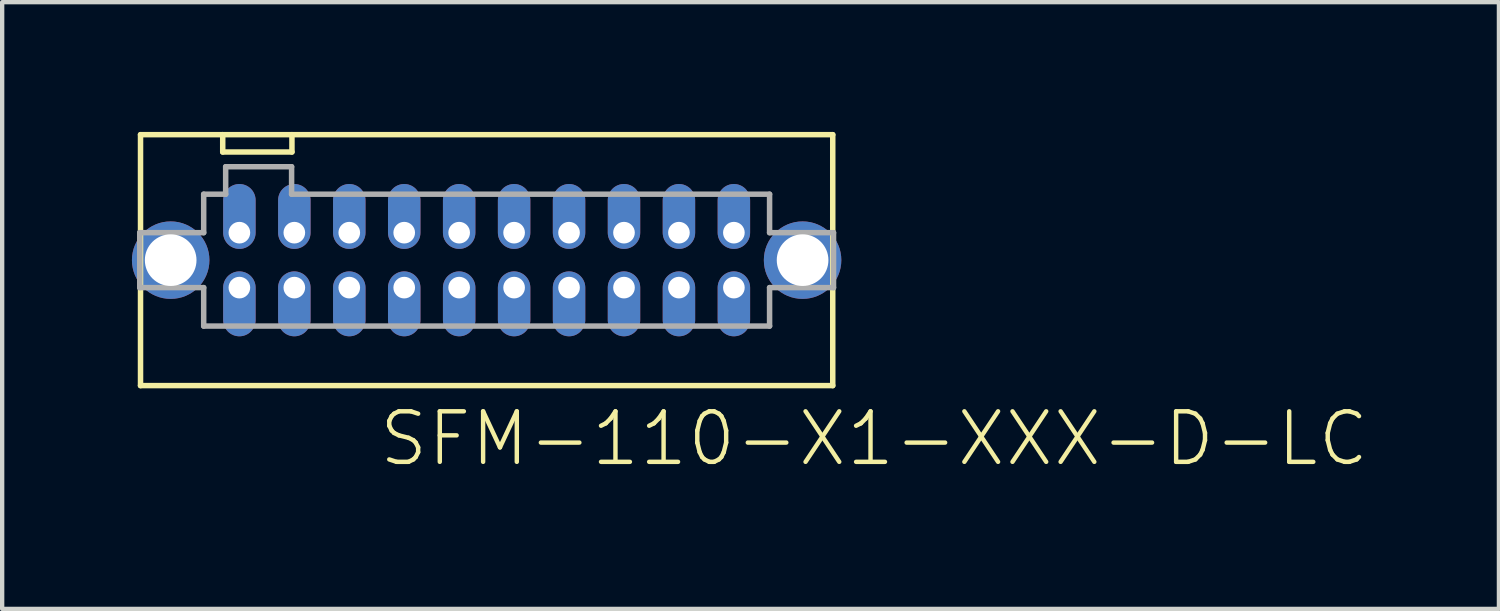
<source format=kicad_pcb>
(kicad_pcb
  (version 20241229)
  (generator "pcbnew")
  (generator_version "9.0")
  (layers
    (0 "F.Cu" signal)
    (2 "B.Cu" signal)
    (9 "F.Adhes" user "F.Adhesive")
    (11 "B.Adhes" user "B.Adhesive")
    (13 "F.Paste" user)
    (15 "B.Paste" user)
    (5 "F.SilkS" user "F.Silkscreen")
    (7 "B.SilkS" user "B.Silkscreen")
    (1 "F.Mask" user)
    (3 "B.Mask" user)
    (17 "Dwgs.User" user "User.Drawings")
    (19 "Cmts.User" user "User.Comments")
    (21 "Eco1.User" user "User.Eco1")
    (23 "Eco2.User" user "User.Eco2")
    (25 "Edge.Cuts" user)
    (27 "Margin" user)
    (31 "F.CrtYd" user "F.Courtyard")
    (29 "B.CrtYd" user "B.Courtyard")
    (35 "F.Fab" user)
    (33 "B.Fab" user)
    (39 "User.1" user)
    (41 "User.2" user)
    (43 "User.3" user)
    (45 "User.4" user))
  (footprint "SFM-110-X1-XXX-D-LC"
    (layer "F.Cu")
    (at 8.198 2.963)
    (property "Reference" "SFM-110-X1-XXX-D-LC" (at -2.54 4.81 0) (layer "F.SilkS") (effects (font (size 1.168 1.168) (thickness 0.102)) (justify left bottom)))
    (fp_line (start -8 -2.9) (end -8 2.9) (stroke (width 0.127) (type solid)) (layer "F.SilkS"))
    (fp_line (start -6.1 -2.9) (end -8 -2.9) (stroke (width 0.127) (type solid)) (layer "F.SilkS"))
    (fp_line (start -6.1 -2.9) (end -6.1 -2.5) (stroke (width 0.127) (type solid)) (layer "F.SilkS"))
    (fp_line (start -6.1 -2.5) (end -4.5 -2.5) (stroke (width 0.127) (type solid)) (layer "F.SilkS"))
    (fp_line (start -4.5 -2.9) (end -6.1 -2.9) (stroke (width 0.127) (type solid)) (layer "F.SilkS"))
    (fp_line (start -4.5 -2.5) (end -4.5 -2.9) (stroke (width 0.127) (type solid)) (layer "F.SilkS"))
    (fp_line (start 8 -2.9) (end -4.5 -2.9) (stroke (width 0.127) (type solid)) (layer "F.SilkS"))
    (fp_line (start 8 -2.9) (end 8 2.9) (stroke (width 0.127) (type solid)) (layer "F.SilkS"))
    (fp_line (start 8 2.9) (end -8 2.9) (stroke (width 0.127) (type solid)) (layer "F.SilkS"))
    (fp_line (start -8.018 -0.635) (end -6.54 -0.635) (stroke (width 0.127) (type solid)) (layer "F.Fab"))
    (fp_line (start -8.018 0.635) (end -8.018 -0.635) (stroke (width 0.127) (type solid)) (layer "F.Fab"))
    (fp_line (start -6.54 -1.524) (end -6.032 -1.524) (stroke (width 0.127) (type solid)) (layer "F.Fab"))
    (fp_line (start -6.54 -0.635) (end -6.54 -1.524) (stroke (width 0.127) (type solid)) (layer "F.Fab"))
    (fp_line (start -6.54 0.635) (end -8.018 0.635) (stroke (width 0.127) (type solid)) (layer "F.Fab"))
    (fp_line (start -6.54 1.524) (end -6.54 0.635) (stroke (width 0.127) (type solid)) (layer "F.Fab"))
    (fp_line (start -6.032 -2.159) (end -4.508 -2.159) (stroke (width 0.127) (type solid)) (layer "F.Fab"))
    (fp_line (start -6.032 -1.524) (end -6.032 -2.159) (stroke (width 0.127) (type solid)) (layer "F.Fab"))
    (fp_line (start -4.508 -2.159) (end -4.508 -1.524) (stroke (width 0.127) (type solid)) (layer "F.Fab"))
    (fp_line (start -4.508 -1.524) (end 6.54 -1.524) (stroke (width 0.127) (type solid)) (layer "F.Fab"))
    (fp_line (start 6.54 -1.524) (end 6.54 -0.635) (stroke (width 0.127) (type solid)) (layer "F.Fab"))
    (fp_line (start 6.54 -0.635) (end 8.018 -0.635) (stroke (width 0.127) (type solid)) (layer "F.Fab"))
    (fp_line (start 6.54 0.635) (end 6.54 1.524) (stroke (width 0.127) (type solid)) (layer "F.Fab"))
    (fp_line (start 6.54 1.524) (end -6.54 1.524) (stroke (width 0.127) (type solid)) (layer "F.Fab"))
    (fp_line (start 8.018 -0.635) (end 8.018 0.635) (stroke (width 0.127) (type solid)) (layer "F.Fab"))
    (fp_line (start 8.018 0.635) (end 6.54 0.635) (stroke (width 0.127) (type solid)) (layer "F.Fab"))
    (pad "1" thru_hole oval (at 5.715 0.635 270) (size 1.5 0.75) (drill 0.5 (offset 0.375 0)) (layers "*.Cu" "*.Mask"))
    (pad "2" thru_hole oval (at 5.715 -0.635 90) (size 1.5 0.75) (drill 0.5 (offset 0.375 0)) (layers "*.Cu" "*.Mask"))
    (pad "3" thru_hole oval (at 4.445 0.635 270) (size 1.5 0.75) (drill 0.5 (offset 0.375 0)) (layers "*.Cu" "*.Mask"))
    (pad "4" thru_hole oval (at 4.445 -0.635 90) (size 1.5 0.75) (drill 0.5 (offset 0.375 0)) (layers "*.Cu" "*.Mask"))
    (pad "5" thru_hole oval (at 3.175 0.635 270) (size 1.5 0.75) (drill 0.5 (offset 0.375 0)) (layers "*.Cu" "*.Mask"))
    (pad "6" thru_hole oval (at 3.175 -0.635 90) (size 1.5 0.75) (drill 0.5 (offset 0.375 0)) (layers "*.Cu" "*.Mask"))
    (pad "7" thru_hole oval (at 1.905 0.635 270) (size 1.5 0.75) (drill 0.5 (offset 0.375 0)) (layers "*.Cu" "*.Mask"))
    (pad "8" thru_hole oval (at 1.905 -0.635 90) (size 1.5 0.75) (drill 0.5 (offset 0.375 0)) (layers "*.Cu" "*.Mask"))
    (pad "9" thru_hole oval (at 0.635 0.635 270) (size 1.5 0.75) (drill 0.5 (offset 0.375 0)) (layers "*.Cu" "*.Mask"))
    (pad "10" thru_hole oval (at 0.635 -0.635 90) (size 1.5 0.75) (drill 0.5 (offset 0.375 0)) (layers "*.Cu" "*.Mask"))
    (pad "11" thru_hole oval (at -0.635 0.635 270) (size 1.5 0.75) (drill 0.5 (offset 0.375 0)) (layers "*.Cu" "*.Mask"))
    (pad "12" thru_hole oval (at -0.635 -0.635 90) (size 1.5 0.75) (drill 0.5 (offset 0.375 0)) (layers "*.Cu" "*.Mask"))
    (pad "13" thru_hole oval (at -1.905 0.635 270) (size 1.5 0.75) (drill 0.5 (offset 0.375 0)) (layers "*.Cu" "*.Mask"))
    (pad "14" thru_hole oval (at -1.905 -0.635 90) (size 1.5 0.75) (drill 0.5 (offset 0.375 0)) (layers "*.Cu" "*.Mask"))
    (pad "15" thru_hole oval (at -3.175 0.635 270) (size 1.5 0.75) (drill 0.5 (offset 0.375 0)) (layers "*.Cu" "*.Mask"))
    (pad "16" thru_hole oval (at -3.175 -0.635 90) (size 1.5 0.75) (drill 0.5 (offset 0.375 0)) (layers "*.Cu" "*.Mask"))
    (pad "17" thru_hole oval (at -4.445 0.635 270) (size 1.5 0.75) (drill 0.5 (offset 0.375 0)) (layers "*.Cu" "*.Mask"))
    (pad "18" thru_hole oval (at -4.445 -0.635 90) (size 1.5 0.75) (drill 0.5 (offset 0.375 0)) (layers "*.Cu" "*.Mask"))
    (pad "19" thru_hole oval (at -5.715 0.635 270) (size 1.5 0.75) (drill 0.5 (offset 0.375 0)) (layers "*.Cu" "*.Mask"))
    (pad "20" thru_hole oval (at -5.715 -0.635 90) (size 1.5 0.75) (drill 0.5 (offset 0.375 0)) (layers "*.Cu" "*.Mask"))
    (pad "LC1" thru_hole circle (at 7.303 0) (size 1.791 1.791) (drill 1.194) (layers "*.Cu" "*.Mask"))
    (pad "LC2" thru_hole circle (at -7.303 0) (size 1.791 1.791) (drill 1.194) (layers "*.Cu" "*.Mask")))
  (gr_rect
    (start -3 -3)
    (end 31.596 11.024)
    (stroke (width 0.1) (type default))
    (fill no)
    (layer "Edge.Cuts")))
</source>
